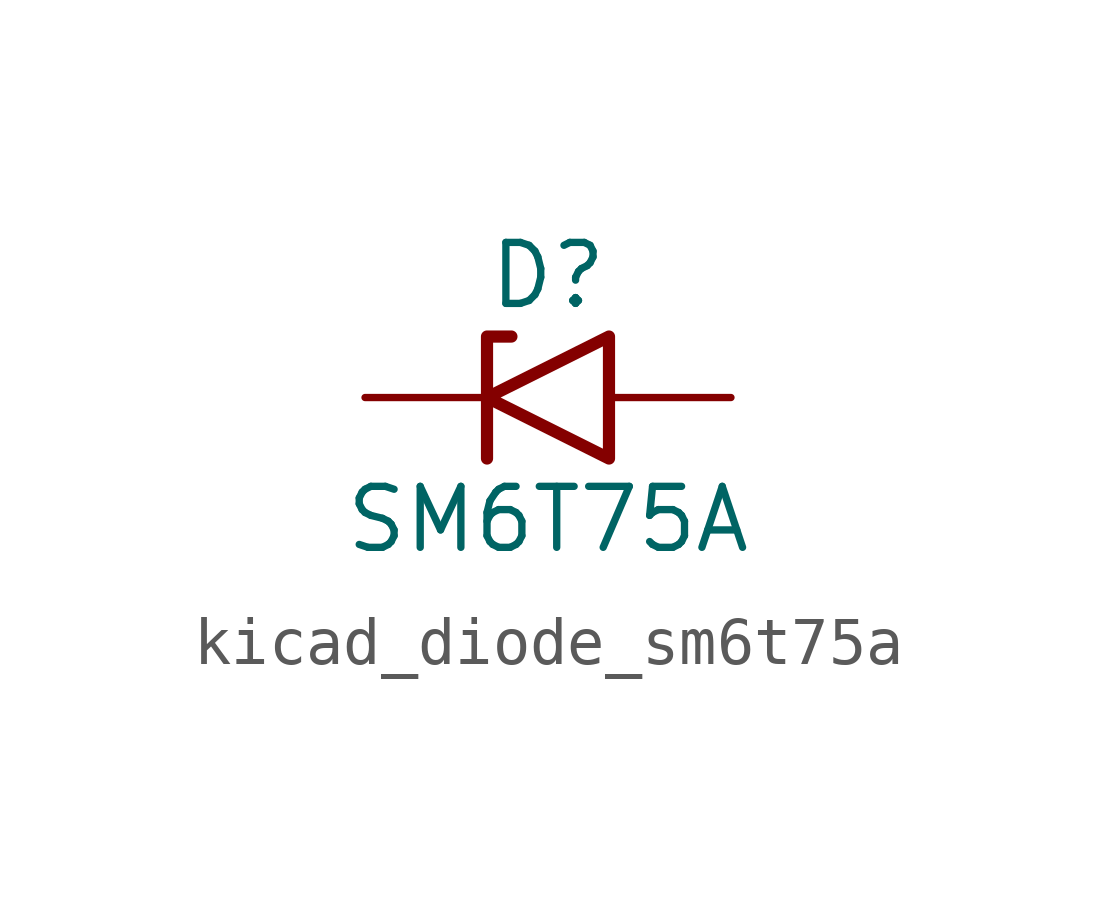
<source format=kicad_sym>
(kicad_symbol_lib
  (version 20220914)
  (generator kicad_symbol_editor)
  (symbol "kicad_diode_sm6t75a"
    (pin_numbers hide)
    (pin_names
      (offset 1.016) hide)
    (property "Reference" "D"
      (at 0 2.54 0)
      (effects (font (size 1.27 1.27))))
    (property "Value" "SM6T75A"
      (at 0 -2.54 0)
      (effects (font (size 1.27 1.27))))
    (symbol "kicad_diode_sm6t75a_0_1"
      (polyline (pts (xy -0.762 1.27) (xy -1.27 1.27) (xy -1.27 -1.27)) (stroke (width 0.254) (type default)) (fill (type none)))
      (polyline (pts (xy 1.27 1.27) (xy 1.27 -1.27) (xy -1.27 0) (xy 1.27 1.27)) (stroke (width 0.254) (type default)) (fill (type none))))
    (symbol "kicad_diode_sm6t75a_1_1"
      (pin passive line (at -3.81 0 0) (length 2.54) (name "A1" (effects (font (size 1.27 1.27)))) (number "1" (effects (font (size 1.27 1.27)))))
      (pin passive line (at 3.81 0 180) (length 2.54) (name "A2" (effects (font (size 1.27 1.27)))) (number "2" (effects (font (size 1.27 1.27))))))))
</source>
